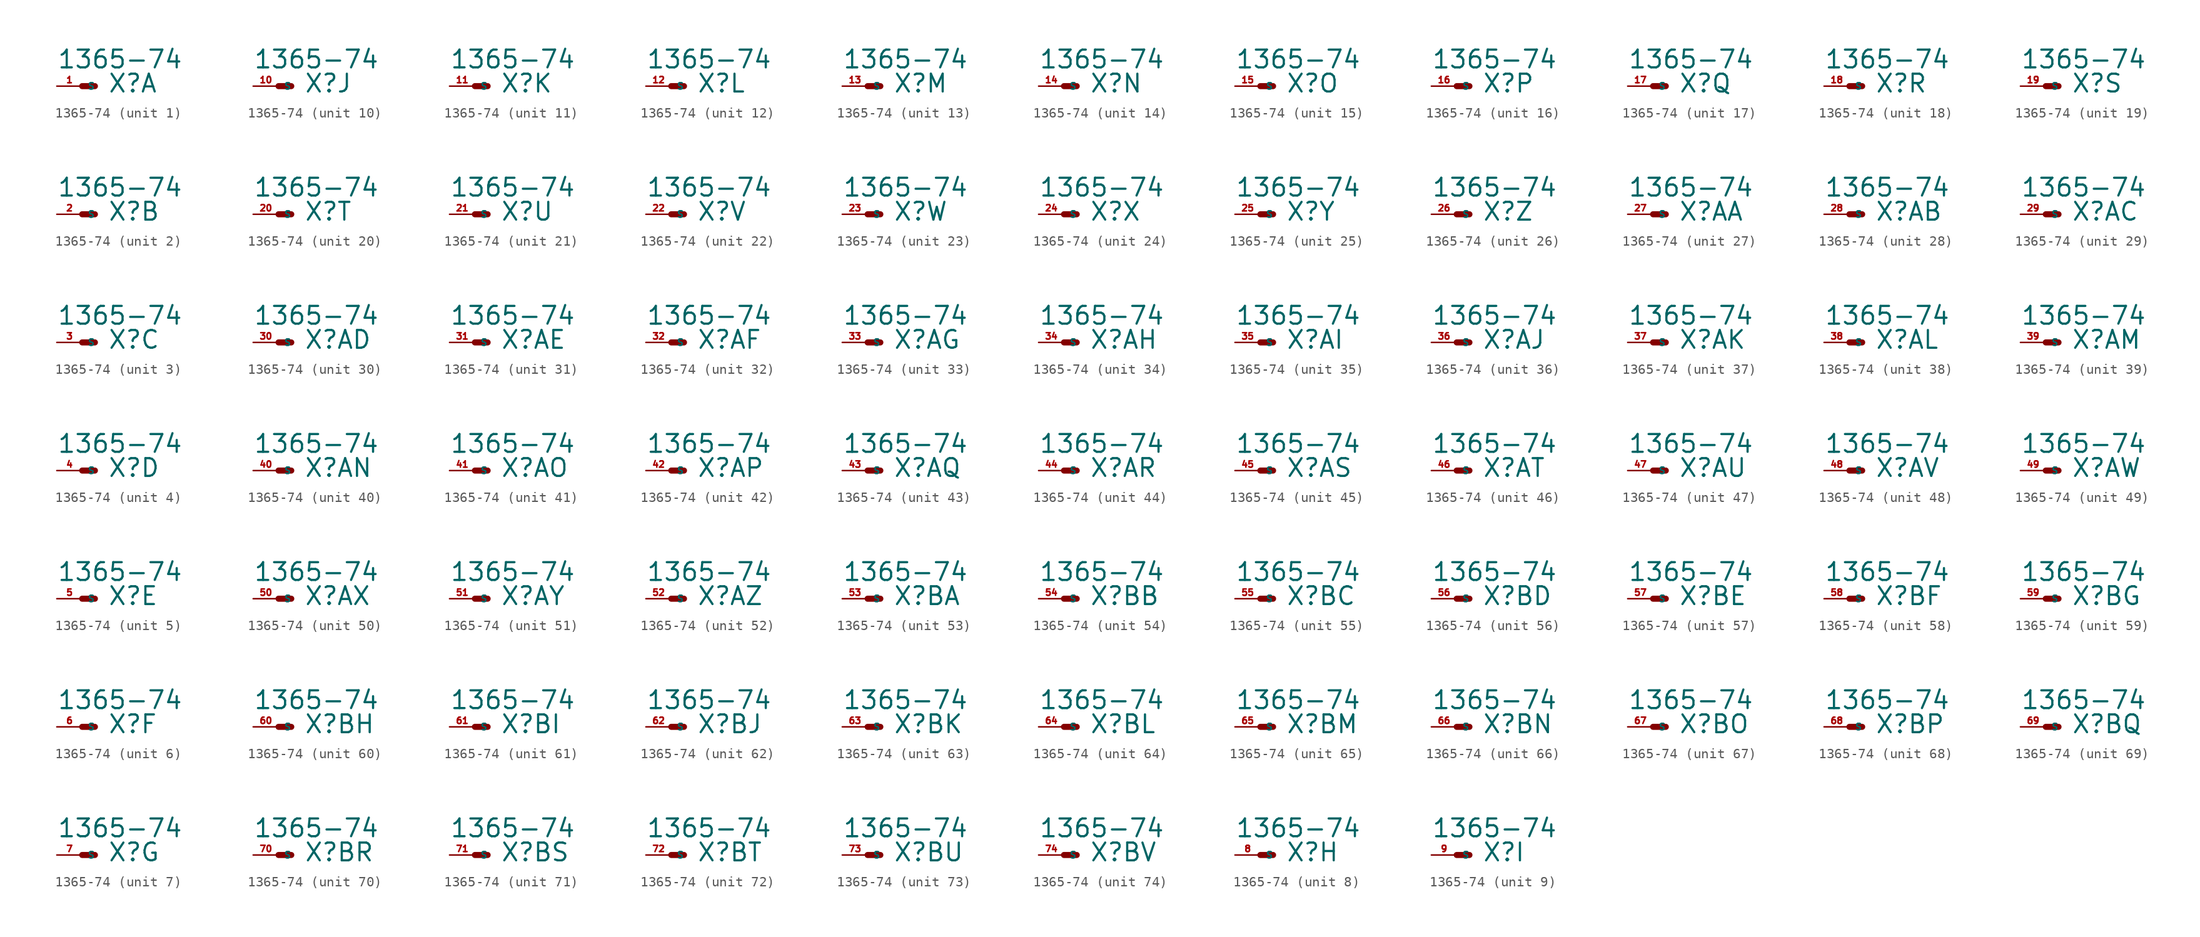
<source format=kicad_sym>
(kicad_symbol_lib
  (version 20220914)
  (generator Eagle2Kicad)
  (symbol "1365-74"
    (property "Reference" "X"
      (at 2.54 -0.762 0)
      (effects (font (size 1.778 1.778) (thickness 0.22)) (justify left bottom)))
    (property "Value" "1365-74"
      (at -2.54 1.651 0)
      (effects (font (size 1.778 1.778) (thickness 0.22)) (justify left bottom)))
    (symbol "1365-74_1_0"
      (polyline (pts (xy 0 0) (xy 1.27 0)) (stroke (width 0.61) (type default)) (fill (type none)))
      (pin passive line (at -2.54 0 0) (length 2.54) (name "S" (effects (font (size 0.635 0.635) (thickness 0.08)) (justify left bottom))) (number "1" (effects (font (size 0.635 0.635) (thickness 0.08)) (justify left bottom)))))
    (symbol "1365-74_2_0"
      (polyline (pts (xy 0 0) (xy 1.27 0)) (stroke (width 0.61) (type default)) (fill (type none)))
      (pin passive line (at -2.54 0 0) (length 2.54) (name "S" (effects (font (size 0.635 0.635) (thickness 0.08)) (justify left bottom))) (number "2" (effects (font (size 0.635 0.635) (thickness 0.08)) (justify left bottom)))))
    (symbol "1365-74_3_0"
      (polyline (pts (xy 0 0) (xy 1.27 0)) (stroke (width 0.61) (type default)) (fill (type none)))
      (pin passive line (at -2.54 0 0) (length 2.54) (name "S" (effects (font (size 0.635 0.635) (thickness 0.08)) (justify left bottom))) (number "3" (effects (font (size 0.635 0.635) (thickness 0.08)) (justify left bottom)))))
    (symbol "1365-74_4_0"
      (polyline (pts (xy 0 0) (xy 1.27 0)) (stroke (width 0.61) (type default)) (fill (type none)))
      (pin passive line (at -2.54 0 0) (length 2.54) (name "S" (effects (font (size 0.635 0.635) (thickness 0.08)) (justify left bottom))) (number "4" (effects (font (size 0.635 0.635) (thickness 0.08)) (justify left bottom)))))
    (symbol "1365-74_5_0"
      (polyline (pts (xy 0 0) (xy 1.27 0)) (stroke (width 0.61) (type default)) (fill (type none)))
      (pin passive line (at -2.54 0 0) (length 2.54) (name "S" (effects (font (size 0.635 0.635) (thickness 0.08)) (justify left bottom))) (number "5" (effects (font (size 0.635 0.635) (thickness 0.08)) (justify left bottom)))))
    (symbol "1365-74_6_0"
      (polyline (pts (xy 0 0) (xy 1.27 0)) (stroke (width 0.61) (type default)) (fill (type none)))
      (pin passive line (at -2.54 0 0) (length 2.54) (name "S" (effects (font (size 0.635 0.635) (thickness 0.08)) (justify left bottom))) (number "6" (effects (font (size 0.635 0.635) (thickness 0.08)) (justify left bottom)))))
    (symbol "1365-74_7_0"
      (polyline (pts (xy 0 0) (xy 1.27 0)) (stroke (width 0.61) (type default)) (fill (type none)))
      (pin passive line (at -2.54 0 0) (length 2.54) (name "S" (effects (font (size 0.635 0.635) (thickness 0.08)) (justify left bottom))) (number "7" (effects (font (size 0.635 0.635) (thickness 0.08)) (justify left bottom)))))
    (symbol "1365-74_8_0"
      (polyline (pts (xy 0 0) (xy 1.27 0)) (stroke (width 0.61) (type default)) (fill (type none)))
      (pin passive line (at -2.54 0 0) (length 2.54) (name "S" (effects (font (size 0.635 0.635) (thickness 0.08)) (justify left bottom))) (number "8" (effects (font (size 0.635 0.635) (thickness 0.08)) (justify left bottom)))))
    (symbol "1365-74_9_0"
      (polyline (pts (xy 0 0) (xy 1.27 0)) (stroke (width 0.61) (type default)) (fill (type none)))
      (pin passive line (at -2.54 0 0) (length 2.54) (name "S" (effects (font (size 0.635 0.635) (thickness 0.08)) (justify left bottom))) (number "9" (effects (font (size 0.635 0.635) (thickness 0.08)) (justify left bottom)))))
    (symbol "1365-74_10_0"
      (polyline (pts (xy 0 0) (xy 1.27 0)) (stroke (width 0.61) (type default)) (fill (type none)))
      (pin passive line (at -2.54 0 0) (length 2.54) (name "S" (effects (font (size 0.635 0.635) (thickness 0.08)) (justify left bottom))) (number "10" (effects (font (size 0.635 0.635) (thickness 0.08)) (justify left bottom)))))
    (symbol "1365-74_11_0"
      (polyline (pts (xy 0 0) (xy 1.27 0)) (stroke (width 0.61) (type default)) (fill (type none)))
      (pin passive line (at -2.54 0 0) (length 2.54) (name "S" (effects (font (size 0.635 0.635) (thickness 0.08)) (justify left bottom))) (number "11" (effects (font (size 0.635 0.635) (thickness 0.08)) (justify left bottom)))))
    (symbol "1365-74_12_0"
      (polyline (pts (xy 0 0) (xy 1.27 0)) (stroke (width 0.61) (type default)) (fill (type none)))
      (pin passive line (at -2.54 0 0) (length 2.54) (name "S" (effects (font (size 0.635 0.635) (thickness 0.08)) (justify left bottom))) (number "12" (effects (font (size 0.635 0.635) (thickness 0.08)) (justify left bottom)))))
    (symbol "1365-74_13_0"
      (polyline (pts (xy 0 0) (xy 1.27 0)) (stroke (width 0.61) (type default)) (fill (type none)))
      (pin passive line (at -2.54 0 0) (length 2.54) (name "S" (effects (font (size 0.635 0.635) (thickness 0.08)) (justify left bottom))) (number "13" (effects (font (size 0.635 0.635) (thickness 0.08)) (justify left bottom)))))
    (symbol "1365-74_14_0"
      (polyline (pts (xy 0 0) (xy 1.27 0)) (stroke (width 0.61) (type default)) (fill (type none)))
      (pin passive line (at -2.54 0 0) (length 2.54) (name "S" (effects (font (size 0.635 0.635) (thickness 0.08)) (justify left bottom))) (number "14" (effects (font (size 0.635 0.635) (thickness 0.08)) (justify left bottom)))))
    (symbol "1365-74_15_0"
      (polyline (pts (xy 0 0) (xy 1.27 0)) (stroke (width 0.61) (type default)) (fill (type none)))
      (pin passive line (at -2.54 0 0) (length 2.54) (name "S" (effects (font (size 0.635 0.635) (thickness 0.08)) (justify left bottom))) (number "15" (effects (font (size 0.635 0.635) (thickness 0.08)) (justify left bottom)))))
    (symbol "1365-74_16_0"
      (polyline (pts (xy 0 0) (xy 1.27 0)) (stroke (width 0.61) (type default)) (fill (type none)))
      (pin passive line (at -2.54 0 0) (length 2.54) (name "S" (effects (font (size 0.635 0.635) (thickness 0.08)) (justify left bottom))) (number "16" (effects (font (size 0.635 0.635) (thickness 0.08)) (justify left bottom)))))
    (symbol "1365-74_17_0"
      (polyline (pts (xy 0 0) (xy 1.27 0)) (stroke (width 0.61) (type default)) (fill (type none)))
      (pin passive line (at -2.54 0 0) (length 2.54) (name "S" (effects (font (size 0.635 0.635) (thickness 0.08)) (justify left bottom))) (number "17" (effects (font (size 0.635 0.635) (thickness 0.08)) (justify left bottom)))))
    (symbol "1365-74_18_0"
      (polyline (pts (xy 0 0) (xy 1.27 0)) (stroke (width 0.61) (type default)) (fill (type none)))
      (pin passive line (at -2.54 0 0) (length 2.54) (name "S" (effects (font (size 0.635 0.635) (thickness 0.08)) (justify left bottom))) (number "18" (effects (font (size 0.635 0.635) (thickness 0.08)) (justify left bottom)))))
    (symbol "1365-74_19_0"
      (polyline (pts (xy 0 0) (xy 1.27 0)) (stroke (width 0.61) (type default)) (fill (type none)))
      (pin passive line (at -2.54 0 0) (length 2.54) (name "S" (effects (font (size 0.635 0.635) (thickness 0.08)) (justify left bottom))) (number "19" (effects (font (size 0.635 0.635) (thickness 0.08)) (justify left bottom)))))
    (symbol "1365-74_20_0"
      (polyline (pts (xy 0 0) (xy 1.27 0)) (stroke (width 0.61) (type default)) (fill (type none)))
      (pin passive line (at -2.54 0 0) (length 2.54) (name "S" (effects (font (size 0.635 0.635) (thickness 0.08)) (justify left bottom))) (number "20" (effects (font (size 0.635 0.635) (thickness 0.08)) (justify left bottom)))))
    (symbol "1365-74_21_0"
      (polyline (pts (xy 0 0) (xy 1.27 0)) (stroke (width 0.61) (type default)) (fill (type none)))
      (pin passive line (at -2.54 0 0) (length 2.54) (name "S" (effects (font (size 0.635 0.635) (thickness 0.08)) (justify left bottom))) (number "21" (effects (font (size 0.635 0.635) (thickness 0.08)) (justify left bottom)))))
    (symbol "1365-74_22_0"
      (polyline (pts (xy 0 0) (xy 1.27 0)) (stroke (width 0.61) (type default)) (fill (type none)))
      (pin passive line (at -2.54 0 0) (length 2.54) (name "S" (effects (font (size 0.635 0.635) (thickness 0.08)) (justify left bottom))) (number "22" (effects (font (size 0.635 0.635) (thickness 0.08)) (justify left bottom)))))
    (symbol "1365-74_23_0"
      (polyline (pts (xy 0 0) (xy 1.27 0)) (stroke (width 0.61) (type default)) (fill (type none)))
      (pin passive line (at -2.54 0 0) (length 2.54) (name "S" (effects (font (size 0.635 0.635) (thickness 0.08)) (justify left bottom))) (number "23" (effects (font (size 0.635 0.635) (thickness 0.08)) (justify left bottom)))))
    (symbol "1365-74_24_0"
      (polyline (pts (xy 0 0) (xy 1.27 0)) (stroke (width 0.61) (type default)) (fill (type none)))
      (pin passive line (at -2.54 0 0) (length 2.54) (name "S" (effects (font (size 0.635 0.635) (thickness 0.08)) (justify left bottom))) (number "24" (effects (font (size 0.635 0.635) (thickness 0.08)) (justify left bottom)))))
    (symbol "1365-74_25_0"
      (polyline (pts (xy 0 0) (xy 1.27 0)) (stroke (width 0.61) (type default)) (fill (type none)))
      (pin passive line (at -2.54 0 0) (length 2.54) (name "S" (effects (font (size 0.635 0.635) (thickness 0.08)) (justify left bottom))) (number "25" (effects (font (size 0.635 0.635) (thickness 0.08)) (justify left bottom)))))
    (symbol "1365-74_26_0"
      (polyline (pts (xy 0 0) (xy 1.27 0)) (stroke (width 0.61) (type default)) (fill (type none)))
      (pin passive line (at -2.54 0 0) (length 2.54) (name "S" (effects (font (size 0.635 0.635) (thickness 0.08)) (justify left bottom))) (number "26" (effects (font (size 0.635 0.635) (thickness 0.08)) (justify left bottom)))))
    (symbol "1365-74_27_0"
      (polyline (pts (xy 0 0) (xy 1.27 0)) (stroke (width 0.61) (type default)) (fill (type none)))
      (pin passive line (at -2.54 0 0) (length 2.54) (name "S" (effects (font (size 0.635 0.635) (thickness 0.08)) (justify left bottom))) (number "27" (effects (font (size 0.635 0.635) (thickness 0.08)) (justify left bottom)))))
    (symbol "1365-74_28_0"
      (polyline (pts (xy 0 0) (xy 1.27 0)) (stroke (width 0.61) (type default)) (fill (type none)))
      (pin passive line (at -2.54 0 0) (length 2.54) (name "S" (effects (font (size 0.635 0.635) (thickness 0.08)) (justify left bottom))) (number "28" (effects (font (size 0.635 0.635) (thickness 0.08)) (justify left bottom)))))
    (symbol "1365-74_29_0"
      (polyline (pts (xy 0 0) (xy 1.27 0)) (stroke (width 0.61) (type default)) (fill (type none)))
      (pin passive line (at -2.54 0 0) (length 2.54) (name "S" (effects (font (size 0.635 0.635) (thickness 0.08)) (justify left bottom))) (number "29" (effects (font (size 0.635 0.635) (thickness 0.08)) (justify left bottom)))))
    (symbol "1365-74_30_0"
      (polyline (pts (xy 0 0) (xy 1.27 0)) (stroke (width 0.61) (type default)) (fill (type none)))
      (pin passive line (at -2.54 0 0) (length 2.54) (name "S" (effects (font (size 0.635 0.635) (thickness 0.08)) (justify left bottom))) (number "30" (effects (font (size 0.635 0.635) (thickness 0.08)) (justify left bottom)))))
    (symbol "1365-74_31_0"
      (polyline (pts (xy 0 0) (xy 1.27 0)) (stroke (width 0.61) (type default)) (fill (type none)))
      (pin passive line (at -2.54 0 0) (length 2.54) (name "S" (effects (font (size 0.635 0.635) (thickness 0.08)) (justify left bottom))) (number "31" (effects (font (size 0.635 0.635) (thickness 0.08)) (justify left bottom)))))
    (symbol "1365-74_32_0"
      (polyline (pts (xy 0 0) (xy 1.27 0)) (stroke (width 0.61) (type default)) (fill (type none)))
      (pin passive line (at -2.54 0 0) (length 2.54) (name "S" (effects (font (size 0.635 0.635) (thickness 0.08)) (justify left bottom))) (number "32" (effects (font (size 0.635 0.635) (thickness 0.08)) (justify left bottom)))))
    (symbol "1365-74_33_0"
      (polyline (pts (xy 0 0) (xy 1.27 0)) (stroke (width 0.61) (type default)) (fill (type none)))
      (pin passive line (at -2.54 0 0) (length 2.54) (name "S" (effects (font (size 0.635 0.635) (thickness 0.08)) (justify left bottom))) (number "33" (effects (font (size 0.635 0.635) (thickness 0.08)) (justify left bottom)))))
    (symbol "1365-74_34_0"
      (polyline (pts (xy 0 0) (xy 1.27 0)) (stroke (width 0.61) (type default)) (fill (type none)))
      (pin passive line (at -2.54 0 0) (length 2.54) (name "S" (effects (font (size 0.635 0.635) (thickness 0.08)) (justify left bottom))) (number "34" (effects (font (size 0.635 0.635) (thickness 0.08)) (justify left bottom)))))
    (symbol "1365-74_35_0"
      (polyline (pts (xy 0 0) (xy 1.27 0)) (stroke (width 0.61) (type default)) (fill (type none)))
      (pin passive line (at -2.54 0 0) (length 2.54) (name "S" (effects (font (size 0.635 0.635) (thickness 0.08)) (justify left bottom))) (number "35" (effects (font (size 0.635 0.635) (thickness 0.08)) (justify left bottom)))))
    (symbol "1365-74_36_0"
      (polyline (pts (xy 0 0) (xy 1.27 0)) (stroke (width 0.61) (type default)) (fill (type none)))
      (pin passive line (at -2.54 0 0) (length 2.54) (name "S" (effects (font (size 0.635 0.635) (thickness 0.08)) (justify left bottom))) (number "36" (effects (font (size 0.635 0.635) (thickness 0.08)) (justify left bottom)))))
    (symbol "1365-74_37_0"
      (polyline (pts (xy 0 0) (xy 1.27 0)) (stroke (width 0.61) (type default)) (fill (type none)))
      (pin passive line (at -2.54 0 0) (length 2.54) (name "S" (effects (font (size 0.635 0.635) (thickness 0.08)) (justify left bottom))) (number "37" (effects (font (size 0.635 0.635) (thickness 0.08)) (justify left bottom)))))
    (symbol "1365-74_38_0"
      (polyline (pts (xy 0 0) (xy 1.27 0)) (stroke (width 0.61) (type default)) (fill (type none)))
      (pin passive line (at -2.54 0 0) (length 2.54) (name "S" (effects (font (size 0.635 0.635) (thickness 0.08)) (justify left bottom))) (number "38" (effects (font (size 0.635 0.635) (thickness 0.08)) (justify left bottom)))))
    (symbol "1365-74_39_0"
      (polyline (pts (xy 0 0) (xy 1.27 0)) (stroke (width 0.61) (type default)) (fill (type none)))
      (pin passive line (at -2.54 0 0) (length 2.54) (name "S" (effects (font (size 0.635 0.635) (thickness 0.08)) (justify left bottom))) (number "39" (effects (font (size 0.635 0.635) (thickness 0.08)) (justify left bottom)))))
    (symbol "1365-74_40_0"
      (polyline (pts (xy 0 0) (xy 1.27 0)) (stroke (width 0.61) (type default)) (fill (type none)))
      (pin passive line (at -2.54 0 0) (length 2.54) (name "S" (effects (font (size 0.635 0.635) (thickness 0.08)) (justify left bottom))) (number "40" (effects (font (size 0.635 0.635) (thickness 0.08)) (justify left bottom)))))
    (symbol "1365-74_41_0"
      (polyline (pts (xy 0 0) (xy 1.27 0)) (stroke (width 0.61) (type default)) (fill (type none)))
      (pin passive line (at -2.54 0 0) (length 2.54) (name "S" (effects (font (size 0.635 0.635) (thickness 0.08)) (justify left bottom))) (number "41" (effects (font (size 0.635 0.635) (thickness 0.08)) (justify left bottom)))))
    (symbol "1365-74_42_0"
      (polyline (pts (xy 0 0) (xy 1.27 0)) (stroke (width 0.61) (type default)) (fill (type none)))
      (pin passive line (at -2.54 0 0) (length 2.54) (name "S" (effects (font (size 0.635 0.635) (thickness 0.08)) (justify left bottom))) (number "42" (effects (font (size 0.635 0.635) (thickness 0.08)) (justify left bottom)))))
    (symbol "1365-74_43_0"
      (polyline (pts (xy 0 0) (xy 1.27 0)) (stroke (width 0.61) (type default)) (fill (type none)))
      (pin passive line (at -2.54 0 0) (length 2.54) (name "S" (effects (font (size 0.635 0.635) (thickness 0.08)) (justify left bottom))) (number "43" (effects (font (size 0.635 0.635) (thickness 0.08)) (justify left bottom)))))
    (symbol "1365-74_44_0"
      (polyline (pts (xy 0 0) (xy 1.27 0)) (stroke (width 0.61) (type default)) (fill (type none)))
      (pin passive line (at -2.54 0 0) (length 2.54) (name "S" (effects (font (size 0.635 0.635) (thickness 0.08)) (justify left bottom))) (number "44" (effects (font (size 0.635 0.635) (thickness 0.08)) (justify left bottom)))))
    (symbol "1365-74_45_0"
      (polyline (pts (xy 0 0) (xy 1.27 0)) (stroke (width 0.61) (type default)) (fill (type none)))
      (pin passive line (at -2.54 0 0) (length 2.54) (name "S" (effects (font (size 0.635 0.635) (thickness 0.08)) (justify left bottom))) (number "45" (effects (font (size 0.635 0.635) (thickness 0.08)) (justify left bottom)))))
    (symbol "1365-74_46_0"
      (polyline (pts (xy 0 0) (xy 1.27 0)) (stroke (width 0.61) (type default)) (fill (type none)))
      (pin passive line (at -2.54 0 0) (length 2.54) (name "S" (effects (font (size 0.635 0.635) (thickness 0.08)) (justify left bottom))) (number "46" (effects (font (size 0.635 0.635) (thickness 0.08)) (justify left bottom)))))
    (symbol "1365-74_47_0"
      (polyline (pts (xy 0 0) (xy 1.27 0)) (stroke (width 0.61) (type default)) (fill (type none)))
      (pin passive line (at -2.54 0 0) (length 2.54) (name "S" (effects (font (size 0.635 0.635) (thickness 0.08)) (justify left bottom))) (number "47" (effects (font (size 0.635 0.635) (thickness 0.08)) (justify left bottom)))))
    (symbol "1365-74_48_0"
      (polyline (pts (xy 0 0) (xy 1.27 0)) (stroke (width 0.61) (type default)) (fill (type none)))
      (pin passive line (at -2.54 0 0) (length 2.54) (name "S" (effects (font (size 0.635 0.635) (thickness 0.08)) (justify left bottom))) (number "48" (effects (font (size 0.635 0.635) (thickness 0.08)) (justify left bottom)))))
    (symbol "1365-74_49_0"
      (polyline (pts (xy 0 0) (xy 1.27 0)) (stroke (width 0.61) (type default)) (fill (type none)))
      (pin passive line (at -2.54 0 0) (length 2.54) (name "S" (effects (font (size 0.635 0.635) (thickness 0.08)) (justify left bottom))) (number "49" (effects (font (size 0.635 0.635) (thickness 0.08)) (justify left bottom)))))
    (symbol "1365-74_50_0"
      (polyline (pts (xy 0 0) (xy 1.27 0)) (stroke (width 0.61) (type default)) (fill (type none)))
      (pin passive line (at -2.54 0 0) (length 2.54) (name "S" (effects (font (size 0.635 0.635) (thickness 0.08)) (justify left bottom))) (number "50" (effects (font (size 0.635 0.635) (thickness 0.08)) (justify left bottom)))))
    (symbol "1365-74_51_0"
      (polyline (pts (xy 0 0) (xy 1.27 0)) (stroke (width 0.61) (type default)) (fill (type none)))
      (pin passive line (at -2.54 0 0) (length 2.54) (name "S" (effects (font (size 0.635 0.635) (thickness 0.08)) (justify left bottom))) (number "51" (effects (font (size 0.635 0.635) (thickness 0.08)) (justify left bottom)))))
    (symbol "1365-74_52_0"
      (polyline (pts (xy 0 0) (xy 1.27 0)) (stroke (width 0.61) (type default)) (fill (type none)))
      (pin passive line (at -2.54 0 0) (length 2.54) (name "S" (effects (font (size 0.635 0.635) (thickness 0.08)) (justify left bottom))) (number "52" (effects (font (size 0.635 0.635) (thickness 0.08)) (justify left bottom)))))
    (symbol "1365-74_53_0"
      (polyline (pts (xy 0 0) (xy 1.27 0)) (stroke (width 0.61) (type default)) (fill (type none)))
      (pin passive line (at -2.54 0 0) (length 2.54) (name "S" (effects (font (size 0.635 0.635) (thickness 0.08)) (justify left bottom))) (number "53" (effects (font (size 0.635 0.635) (thickness 0.08)) (justify left bottom)))))
    (symbol "1365-74_54_0"
      (polyline (pts (xy 0 0) (xy 1.27 0)) (stroke (width 0.61) (type default)) (fill (type none)))
      (pin passive line (at -2.54 0 0) (length 2.54) (name "S" (effects (font (size 0.635 0.635) (thickness 0.08)) (justify left bottom))) (number "54" (effects (font (size 0.635 0.635) (thickness 0.08)) (justify left bottom)))))
    (symbol "1365-74_55_0"
      (polyline (pts (xy 0 0) (xy 1.27 0)) (stroke (width 0.61) (type default)) (fill (type none)))
      (pin passive line (at -2.54 0 0) (length 2.54) (name "S" (effects (font (size 0.635 0.635) (thickness 0.08)) (justify left bottom))) (number "55" (effects (font (size 0.635 0.635) (thickness 0.08)) (justify left bottom)))))
    (symbol "1365-74_56_0"
      (polyline (pts (xy 0 0) (xy 1.27 0)) (stroke (width 0.61) (type default)) (fill (type none)))
      (pin passive line (at -2.54 0 0) (length 2.54) (name "S" (effects (font (size 0.635 0.635) (thickness 0.08)) (justify left bottom))) (number "56" (effects (font (size 0.635 0.635) (thickness 0.08)) (justify left bottom)))))
    (symbol "1365-74_57_0"
      (polyline (pts (xy 0 0) (xy 1.27 0)) (stroke (width 0.61) (type default)) (fill (type none)))
      (pin passive line (at -2.54 0 0) (length 2.54) (name "S" (effects (font (size 0.635 0.635) (thickness 0.08)) (justify left bottom))) (number "57" (effects (font (size 0.635 0.635) (thickness 0.08)) (justify left bottom)))))
    (symbol "1365-74_58_0"
      (polyline (pts (xy 0 0) (xy 1.27 0)) (stroke (width 0.61) (type default)) (fill (type none)))
      (pin passive line (at -2.54 0 0) (length 2.54) (name "S" (effects (font (size 0.635 0.635) (thickness 0.08)) (justify left bottom))) (number "58" (effects (font (size 0.635 0.635) (thickness 0.08)) (justify left bottom)))))
    (symbol "1365-74_59_0"
      (polyline (pts (xy 0 0) (xy 1.27 0)) (stroke (width 0.61) (type default)) (fill (type none)))
      (pin passive line (at -2.54 0 0) (length 2.54) (name "S" (effects (font (size 0.635 0.635) (thickness 0.08)) (justify left bottom))) (number "59" (effects (font (size 0.635 0.635) (thickness 0.08)) (justify left bottom)))))
    (symbol "1365-74_60_0"
      (polyline (pts (xy 0 0) (xy 1.27 0)) (stroke (width 0.61) (type default)) (fill (type none)))
      (pin passive line (at -2.54 0 0) (length 2.54) (name "S" (effects (font (size 0.635 0.635) (thickness 0.08)) (justify left bottom))) (number "60" (effects (font (size 0.635 0.635) (thickness 0.08)) (justify left bottom)))))
    (symbol "1365-74_61_0"
      (polyline (pts (xy 0 0) (xy 1.27 0)) (stroke (width 0.61) (type default)) (fill (type none)))
      (pin passive line (at -2.54 0 0) (length 2.54) (name "S" (effects (font (size 0.635 0.635) (thickness 0.08)) (justify left bottom))) (number "61" (effects (font (size 0.635 0.635) (thickness 0.08)) (justify left bottom)))))
    (symbol "1365-74_62_0"
      (polyline (pts (xy 0 0) (xy 1.27 0)) (stroke (width 0.61) (type default)) (fill (type none)))
      (pin passive line (at -2.54 0 0) (length 2.54) (name "S" (effects (font (size 0.635 0.635) (thickness 0.08)) (justify left bottom))) (number "62" (effects (font (size 0.635 0.635) (thickness 0.08)) (justify left bottom)))))
    (symbol "1365-74_63_0"
      (polyline (pts (xy 0 0) (xy 1.27 0)) (stroke (width 0.61) (type default)) (fill (type none)))
      (pin passive line (at -2.54 0 0) (length 2.54) (name "S" (effects (font (size 0.635 0.635) (thickness 0.08)) (justify left bottom))) (number "63" (effects (font (size 0.635 0.635) (thickness 0.08)) (justify left bottom)))))
    (symbol "1365-74_64_0"
      (polyline (pts (xy 0 0) (xy 1.27 0)) (stroke (width 0.61) (type default)) (fill (type none)))
      (pin passive line (at -2.54 0 0) (length 2.54) (name "S" (effects (font (size 0.635 0.635) (thickness 0.08)) (justify left bottom))) (number "64" (effects (font (size 0.635 0.635) (thickness 0.08)) (justify left bottom)))))
    (symbol "1365-74_65_0"
      (polyline (pts (xy 0 0) (xy 1.27 0)) (stroke (width 0.61) (type default)) (fill (type none)))
      (pin passive line (at -2.54 0 0) (length 2.54) (name "S" (effects (font (size 0.635 0.635) (thickness 0.08)) (justify left bottom))) (number "65" (effects (font (size 0.635 0.635) (thickness 0.08)) (justify left bottom)))))
    (symbol "1365-74_66_0"
      (polyline (pts (xy 0 0) (xy 1.27 0)) (stroke (width 0.61) (type default)) (fill (type none)))
      (pin passive line (at -2.54 0 0) (length 2.54) (name "S" (effects (font (size 0.635 0.635) (thickness 0.08)) (justify left bottom))) (number "66" (effects (font (size 0.635 0.635) (thickness 0.08)) (justify left bottom)))))
    (symbol "1365-74_67_0"
      (polyline (pts (xy 0 0) (xy 1.27 0)) (stroke (width 0.61) (type default)) (fill (type none)))
      (pin passive line (at -2.54 0 0) (length 2.54) (name "S" (effects (font (size 0.635 0.635) (thickness 0.08)) (justify left bottom))) (number "67" (effects (font (size 0.635 0.635) (thickness 0.08)) (justify left bottom)))))
    (symbol "1365-74_68_0"
      (polyline (pts (xy 0 0) (xy 1.27 0)) (stroke (width 0.61) (type default)) (fill (type none)))
      (pin passive line (at -2.54 0 0) (length 2.54) (name "S" (effects (font (size 0.635 0.635) (thickness 0.08)) (justify left bottom))) (number "68" (effects (font (size 0.635 0.635) (thickness 0.08)) (justify left bottom)))))
    (symbol "1365-74_69_0"
      (polyline (pts (xy 0 0) (xy 1.27 0)) (stroke (width 0.61) (type default)) (fill (type none)))
      (pin passive line (at -2.54 0 0) (length 2.54) (name "S" (effects (font (size 0.635 0.635) (thickness 0.08)) (justify left bottom))) (number "69" (effects (font (size 0.635 0.635) (thickness 0.08)) (justify left bottom)))))
    (symbol "1365-74_70_0"
      (polyline (pts (xy 0 0) (xy 1.27 0)) (stroke (width 0.61) (type default)) (fill (type none)))
      (pin passive line (at -2.54 0 0) (length 2.54) (name "S" (effects (font (size 0.635 0.635) (thickness 0.08)) (justify left bottom))) (number "70" (effects (font (size 0.635 0.635) (thickness 0.08)) (justify left bottom)))))
    (symbol "1365-74_71_0"
      (polyline (pts (xy 0 0) (xy 1.27 0)) (stroke (width 0.61) (type default)) (fill (type none)))
      (pin passive line (at -2.54 0 0) (length 2.54) (name "S" (effects (font (size 0.635 0.635) (thickness 0.08)) (justify left bottom))) (number "71" (effects (font (size 0.635 0.635) (thickness 0.08)) (justify left bottom)))))
    (symbol "1365-74_72_0"
      (polyline (pts (xy 0 0) (xy 1.27 0)) (stroke (width 0.61) (type default)) (fill (type none)))
      (pin passive line (at -2.54 0 0) (length 2.54) (name "S" (effects (font (size 0.635 0.635) (thickness 0.08)) (justify left bottom))) (number "72" (effects (font (size 0.635 0.635) (thickness 0.08)) (justify left bottom)))))
    (symbol "1365-74_73_0"
      (polyline (pts (xy 0 0) (xy 1.27 0)) (stroke (width 0.61) (type default)) (fill (type none)))
      (pin passive line (at -2.54 0 0) (length 2.54) (name "S" (effects (font (size 0.635 0.635) (thickness 0.08)) (justify left bottom))) (number "73" (effects (font (size 0.635 0.635) (thickness 0.08)) (justify left bottom)))))
    (symbol "1365-74_74_0"
      (polyline (pts (xy 0 0) (xy 1.27 0)) (stroke (width 0.61) (type default)) (fill (type none)))
      (pin passive line (at -2.54 0 0) (length 2.54) (name "S" (effects (font (size 0.635 0.635) (thickness 0.08)) (justify left bottom))) (number "74" (effects (font (size 0.635 0.635) (thickness 0.08)) (justify left bottom)))))))
</source>
